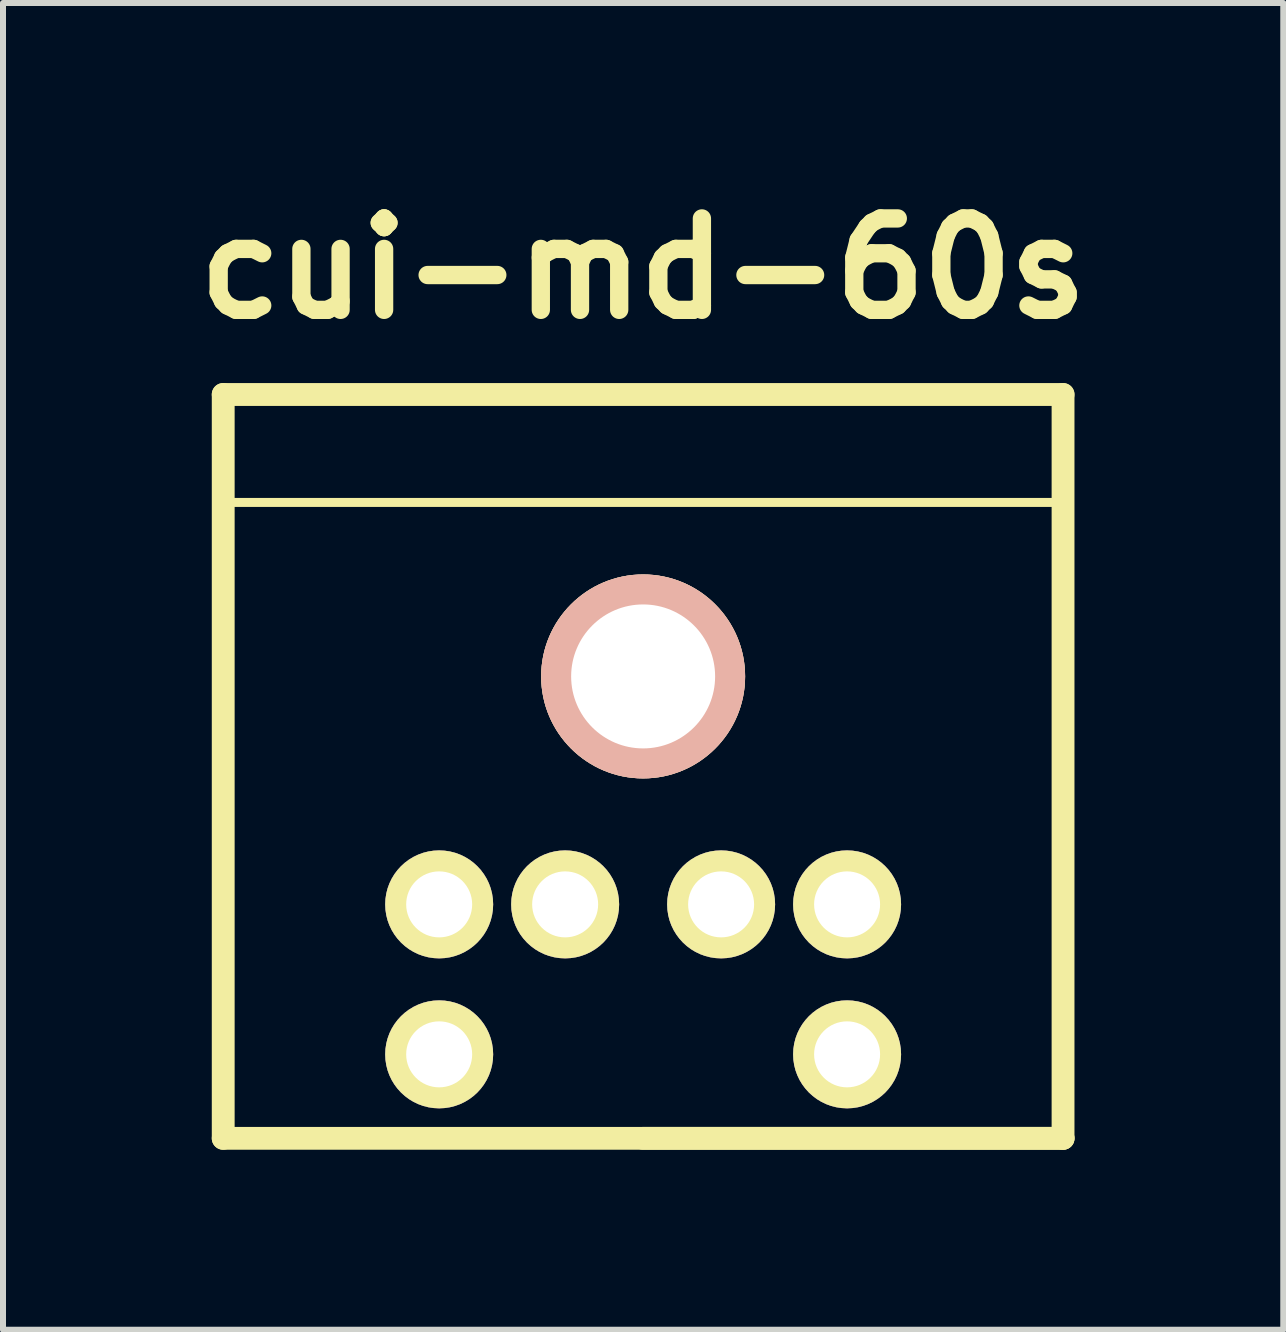
<source format=kicad_pcb>
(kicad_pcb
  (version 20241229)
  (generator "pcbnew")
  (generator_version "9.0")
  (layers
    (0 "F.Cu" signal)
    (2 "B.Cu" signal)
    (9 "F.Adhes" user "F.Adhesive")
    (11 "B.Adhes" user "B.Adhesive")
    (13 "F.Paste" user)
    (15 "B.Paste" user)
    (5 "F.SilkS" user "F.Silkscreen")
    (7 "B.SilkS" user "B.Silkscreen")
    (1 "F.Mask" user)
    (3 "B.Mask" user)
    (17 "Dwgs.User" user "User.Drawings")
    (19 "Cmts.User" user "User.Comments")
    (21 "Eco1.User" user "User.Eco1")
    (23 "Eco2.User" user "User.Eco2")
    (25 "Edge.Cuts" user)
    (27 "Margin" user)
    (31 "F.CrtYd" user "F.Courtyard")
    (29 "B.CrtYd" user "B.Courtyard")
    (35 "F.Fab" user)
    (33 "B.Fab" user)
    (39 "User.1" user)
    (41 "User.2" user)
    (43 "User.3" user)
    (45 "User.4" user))
  (footprint "cui-md-60s"
    (layer "F.Cu")
    (at 7.671 3.526)
    (property "Reference" "cui-md-60s" (at 0 -2.1 0) (layer "F.SilkS") (effects (font (size 1.524 1.524) (thickness 0.305))))
    (attr through_hole)
    (fp_line (start -7 0) (end -7 12.4) (stroke (width 0.381) (type solid)) (layer "F.SilkS"))
    (fp_line (start -7 0) (end 7 0) (stroke (width 0.381) (type solid)) (layer "F.SilkS"))
    (fp_line (start -7 1.8) (end 7 1.8) (stroke (width 0.15) (type solid)) (layer "F.SilkS"))
    (fp_line (start 7 0) (end 7 12.4) (stroke (width 0.381) (type solid)) (layer "F.SilkS"))
    (fp_line (start 7 12.4) (end -7 12.4) (stroke (width 0.381) (type solid)) (layer "F.SilkS"))
    (fp_line (start 7 12.4) (end 0 12.4) (stroke (width 0.381) (type solid)) (layer "F.SilkS"))
    (pad "1" thru_hole circle (at -1.3 8.5) (size 1.8 1.8) (drill 1.1) (layers "*.Cu" "*.Mask" "F.SilkS"))
    (pad "2" thru_hole circle (at 1.3 8.5) (size 1.8 1.8) (drill 1.1) (layers "*.Cu" "*.Mask" "F.SilkS"))
    (pad "3" thru_hole circle (at -3.4 8.5) (size 1.8 1.8) (drill 1.1) (layers "*.Cu" "*.Mask" "F.SilkS"))
    (pad "4" thru_hole circle (at 3.4 8.5) (size 1.8 1.8) (drill 1.1) (layers "*.Cu" "*.Mask" "F.SilkS"))
    (pad "5" thru_hole circle (at -3.4 11) (size 1.8 1.8) (drill 1.1) (layers "*.Cu" "*.Mask" "F.SilkS"))
    (pad "6" thru_hole circle (at 3.4 11) (size 1.8 1.8) (drill 1.1) (layers "*.Cu" "*.Mask" "F.SilkS"))
    (pad "GND" thru_hole circle (at 0 4.7) (size 3.4 3.4) (drill 2.4) (layers "*.Cu" "*.SilkS" "*.Mask")))
  (gr_rect
    (start -3 -3)
    (end 18.342 19.117)
    (stroke (width 0.1) (type default))
    (fill no)
    (layer "Edge.Cuts")))
</source>
